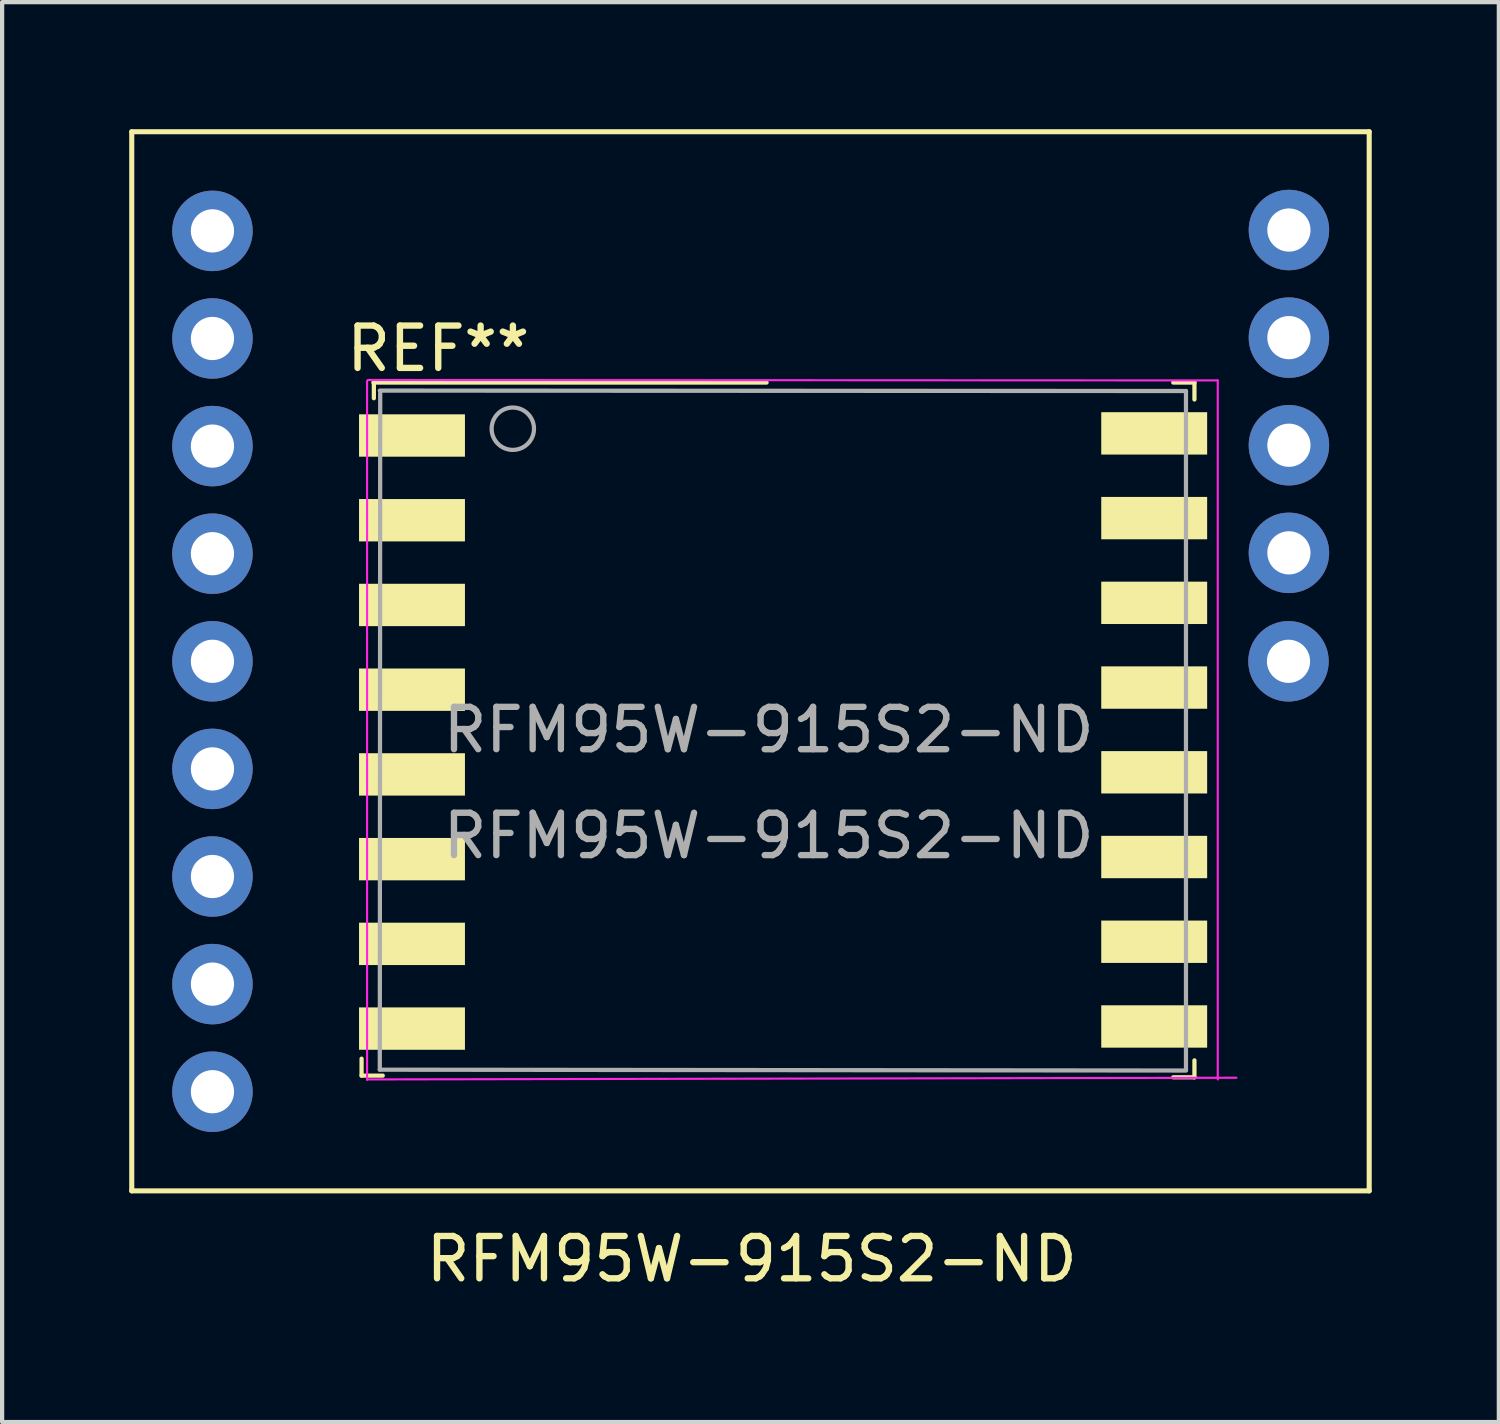
<source format=kicad_pcb>
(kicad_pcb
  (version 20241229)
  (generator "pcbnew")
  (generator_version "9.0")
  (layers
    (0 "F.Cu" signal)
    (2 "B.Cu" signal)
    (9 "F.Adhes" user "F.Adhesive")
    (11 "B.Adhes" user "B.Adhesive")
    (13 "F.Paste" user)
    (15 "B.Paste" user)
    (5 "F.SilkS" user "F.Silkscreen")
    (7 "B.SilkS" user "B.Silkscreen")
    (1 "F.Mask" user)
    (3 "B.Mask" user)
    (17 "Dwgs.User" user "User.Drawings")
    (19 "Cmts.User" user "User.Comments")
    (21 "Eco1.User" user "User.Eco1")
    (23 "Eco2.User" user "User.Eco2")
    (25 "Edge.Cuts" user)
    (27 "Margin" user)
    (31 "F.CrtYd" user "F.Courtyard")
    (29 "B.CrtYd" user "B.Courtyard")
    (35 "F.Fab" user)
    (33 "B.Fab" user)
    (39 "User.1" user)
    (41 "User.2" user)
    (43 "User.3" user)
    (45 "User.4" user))
  (footprint "RFM95W-915S2-ND"
    (layer "F.Cu")
    (at 14.665 12.56)
    (property "Reference" "RFM95W-915S2-ND" (at 0.03 14.11 0) (layer "F.SilkS") (effects (font (size 1 1) (thickness 0.15))))
    (attr through_hole)
    (fp_line (start -14.605 -12.5) (end 14.605 -12.5) (stroke (width 0.12) (type solid)) (layer "F.SilkS"))
    (fp_line (start -14.605 12.5) (end -14.605 -12.5) (stroke (width 0.12) (type solid)) (layer "F.SilkS"))
    (fp_line (start -9.18 9.38) (end -9.18 9.78) (stroke (width 0.1) (type solid)) (layer "F.SilkS"))
    (fp_line (start -9.18 9.78) (end -8.68 9.78) (stroke (width 0.1) (type solid)) (layer "F.SilkS"))
    (fp_line (start -8.9 -6.58) (end 0.38 -6.58) (stroke (width 0.1) (type solid)) (layer "F.SilkS"))
    (fp_line (start -8.89 -6.58) (end -8.89 -6.21) (stroke (width 0.1) (type solid)) (layer "F.SilkS"))
    (fp_line (start 9.98 -6.58) (end 10.48 -6.58) (stroke (width 0.1) (type solid)) (layer "F.SilkS"))
    (fp_line (start 9.98 9.82) (end 10.48 9.82) (stroke (width 0.1) (type solid)) (layer "F.SilkS"))
    (fp_line (start 10.48 -6.58) (end 10.48 -6.18) (stroke (width 0.1) (type solid)) (layer "F.SilkS"))
    (fp_line (start 10.48 9.42) (end 10.48 9.82) (stroke (width 0.1) (type solid)) (layer "F.SilkS"))
    (fp_line (start 14.605 -12.5) (end 14.605 12.5) (stroke (width 0.12) (type solid)) (layer "F.SilkS"))
    (fp_line (start 14.605 12.5) (end -14.605 12.5) (stroke (width 0.12) (type solid)) (layer "F.SilkS"))
    (fp_line (start -9.05 9.88) (end -9.05 -6.62) (stroke (width 0.05) (type solid)) (layer "F.CrtYd"))
    (fp_line (start -9.03 -6.64) (end 11.03 -6.63) (stroke (width 0.05) (type solid)) (layer "F.CrtYd"))
    (fp_line (start 11.03 -6.63) (end 11.03 9.87) (stroke (width 0.05) (type solid)) (layer "F.CrtYd"))
    (fp_line (start 11.47 9.83) (end -9.05 9.87) (stroke (width 0.05) (type solid)) (layer "F.CrtYd"))
    (fp_line (start -8.75 -6.39) (end 10.28 -6.38) (stroke (width 0.1) (type solid)) (layer "F.Fab"))
    (fp_line (start -8.75 9.64) (end -8.74 -6.33) (stroke (width 0.1) (type solid)) (layer "F.Fab"))
    (fp_line (start 10.28 -6.38) (end 10.28 9.65) (stroke (width 0.1) (type solid)) (layer "F.Fab"))
    (fp_line (start 10.28 9.66) (end -8.75 9.64) (stroke (width 0.1) (type solid)) (layer "F.Fab"))
    (fp_circle (center -5.61 -5.49) (end -6.11 -5.49) (stroke (width 0.1) (type solid)) (fill no) (layer "F.Fab"))
    (fp_text user "REF**" (at -7.37 -7.38 0) (layer "F.SilkS") (effects (font (size 1 1) (thickness 0.15))))
    (fp_text user "${REFERENCE}" (at 0.43 1.62 0) (layer "F.Fab") (effects (font (size 1 1) (thickness 0.15))))
    (fp_text user "RFM95W-915S2-ND" (at 0.43 4.12 0) (layer "F.Fab") (effects (font (size 1 1) (thickness 0.15))))
    (pad "" thru_hole circle (at -12.7 -10.16) (size 1.9 1.9) (drill 1.02) (layers "*.Cu" "*.Mask"))
    (pad "" thru_hole circle (at -12.7 -7.62) (size 1.9 1.9) (drill 1.02) (layers "*.Cu" "*.Mask"))
    (pad "" thru_hole circle (at -12.7 -5.08) (size 1.9 1.9) (drill 1.02) (layers "*.Cu" "*.Mask"))
    (pad "" thru_hole circle (at -12.7 -2.54) (size 1.9 1.9) (drill 1.02) (layers "*.Cu" "*.Mask"))
    (pad "" thru_hole circle (at -12.7 0) (size 1.9 1.9) (drill 1.02) (layers "*.Cu" "*.Mask"))
    (pad "" thru_hole circle (at -12.7 2.54) (size 1.9 1.9) (drill 1.02) (layers "*.Cu" "*.Mask"))
    (pad "" thru_hole circle (at -12.7 5.08) (size 1.9 1.9) (drill 1.02) (layers "*.Cu" "*.Mask"))
    (pad "" thru_hole circle (at -12.7 7.62) (size 1.9 1.9) (drill 1.02) (layers "*.Cu" "*.Mask"))
    (pad "" thru_hole circle (at -12.7 10.16) (size 1.9 1.9) (drill 1.02) (layers "*.Cu" "*.Mask"))
    (pad "" connect rect (at -7.99 -5.33) (size 2.5 1) (layers "F.SilkS"))
    (pad "" connect rect (at -7.99 -3.33) (size 2.5 1) (layers "F.SilkS"))
    (pad "" connect rect (at -7.99 -1.33) (size 2.5 1) (layers "F.SilkS"))
    (pad "" connect rect (at -7.99 0.67) (size 2.5 1) (layers "F.SilkS"))
    (pad "" connect rect (at -7.99 2.67) (size 2.5 1) (layers "F.SilkS"))
    (pad "" connect rect (at -7.99 4.67) (size 2.5 1) (layers "F.SilkS"))
    (pad "" connect rect (at -7.99 6.67) (size 2.5 1) (layers "F.SilkS"))
    (pad "" connect rect (at -7.99 8.67) (size 2.5 1) (layers "F.SilkS"))
    (pad "" connect rect (at 9.53 -5.38) (size 2.5 1) (layers "F.SilkS"))
    (pad "" connect rect (at 9.53 -3.38) (size 2.5 1) (layers "F.SilkS"))
    (pad "" connect rect (at 9.53 -1.38) (size 2.5 1) (layers "F.SilkS"))
    (pad "" connect rect (at 9.53 0.62) (size 2.5 1) (layers "F.SilkS"))
    (pad "" connect rect (at 9.53 2.62) (size 2.5 1) (layers "F.SilkS"))
    (pad "" connect rect (at 9.53 4.62) (size 2.5 1) (layers "F.SilkS"))
    (pad "" connect rect (at 9.53 6.62) (size 2.5 1) (layers "F.SilkS"))
    (pad "" connect rect (at 9.53 8.62) (size 2.5 1) (layers "F.SilkS"))
    (pad "" thru_hole circle (at 12.7 0) (size 1.9 1.9) (drill 1.02) (layers "*.Cu" "*.Mask"))
    (pad "" thru_hole circle (at 12.71 -10.18) (size 1.9 1.9) (drill 1.02) (layers "*.Cu" "*.Mask"))
    (pad "" thru_hole circle (at 12.71 -7.64) (size 1.9 1.9) (drill 1.02) (layers "*.Cu" "*.Mask"))
    (pad "" thru_hole circle (at 12.71 -5.1) (size 1.9 1.9) (drill 1.02) (layers "*.Cu" "*.Mask"))
    (pad "" thru_hole circle (at 12.71 -2.56) (size 1.9 1.9) (drill 1.02) (layers "*.Cu" "*.Mask")))
  (gr_rect
    (start -3 -3)
    (end 32.33 30.518)
    (stroke (width 0.1) (type default))
    (fill no)
    (layer "Edge.Cuts")))
</source>
